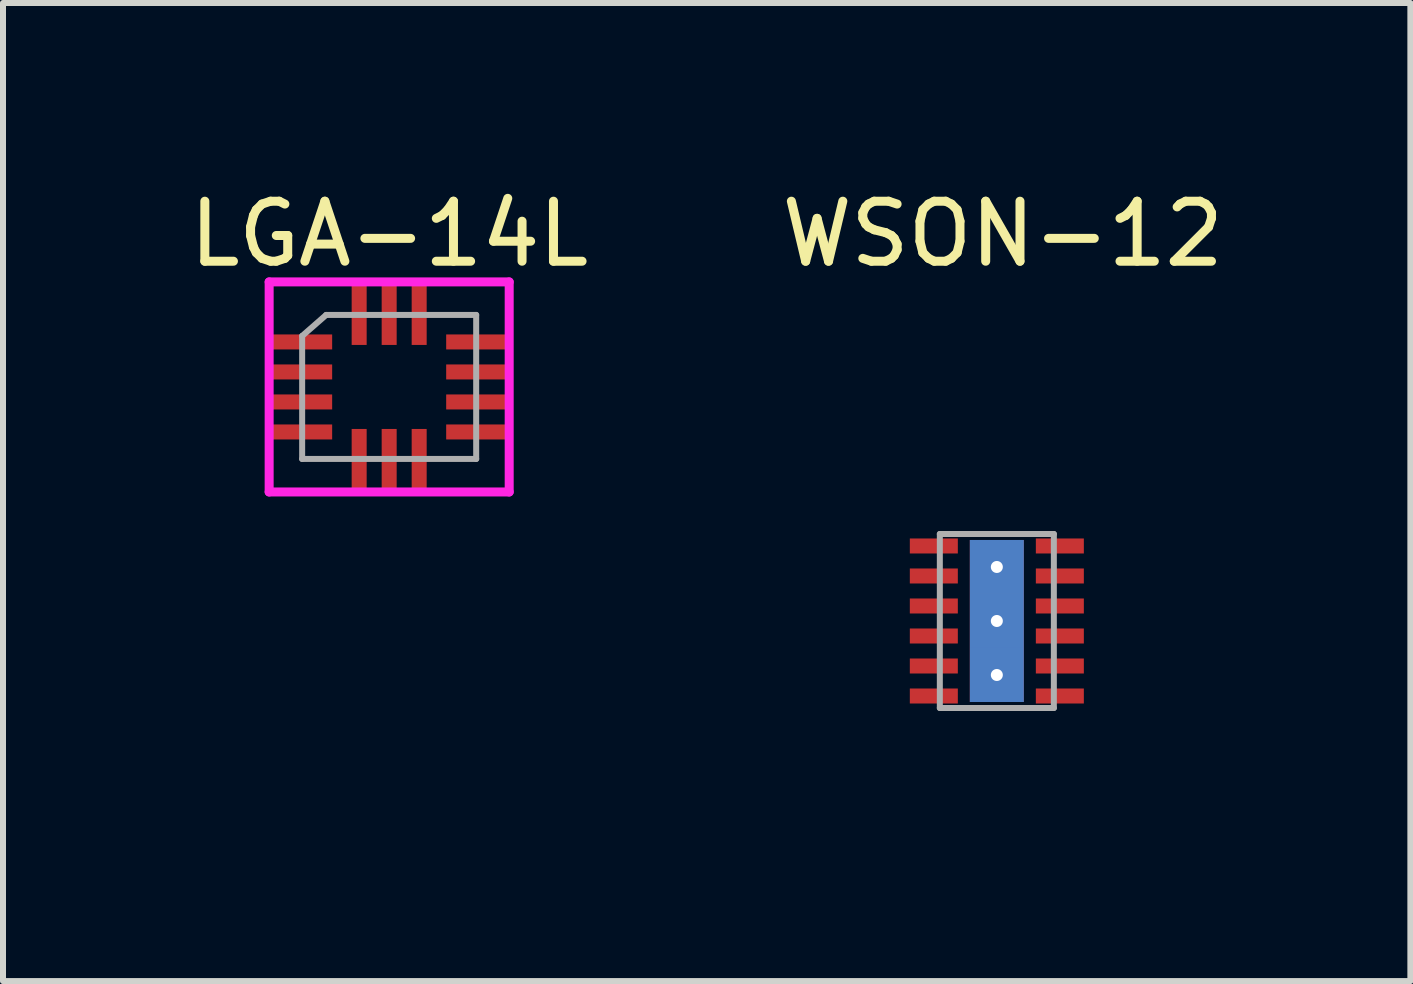
<source format=kicad_pcb>
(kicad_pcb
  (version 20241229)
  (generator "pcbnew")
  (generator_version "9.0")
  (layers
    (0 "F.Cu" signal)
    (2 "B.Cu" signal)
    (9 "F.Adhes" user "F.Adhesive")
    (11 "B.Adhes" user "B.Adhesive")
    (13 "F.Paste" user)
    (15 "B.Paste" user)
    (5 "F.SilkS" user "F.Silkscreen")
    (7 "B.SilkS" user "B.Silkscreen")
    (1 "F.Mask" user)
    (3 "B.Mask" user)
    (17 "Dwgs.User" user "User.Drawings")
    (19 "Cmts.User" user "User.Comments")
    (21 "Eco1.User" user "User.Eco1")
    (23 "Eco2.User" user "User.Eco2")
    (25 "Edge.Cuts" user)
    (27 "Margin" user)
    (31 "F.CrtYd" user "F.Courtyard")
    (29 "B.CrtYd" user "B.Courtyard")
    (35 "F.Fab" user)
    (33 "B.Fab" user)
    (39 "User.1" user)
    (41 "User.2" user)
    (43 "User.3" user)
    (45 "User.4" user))
  (footprint "WSON-12"
    (layer "F.Cu")
    (at 13.561 10.048)
    (property "Reference" "WSON-12" (at 0.1 -9.2 0) (layer "F.SilkS") (effects (font (size 1 1) (thickness 0.15))))
    (attr through_hole)
    (fp_line (start -0.95 -4.2) (end -0.95 -1.3) (stroke (width 0.1) (type solid)) (layer "F.Fab"))
    (fp_line (start -0.95 -1.3) (end 0.95 -1.3) (stroke (width 0.1) (type solid)) (layer "F.Fab"))
    (fp_line (start 0.95 -4.2) (end -0.95 -4.2) (stroke (width 0.1) (type solid)) (layer "F.Fab"))
    (fp_line (start 0.95 -1.3) (end 0.95 -4.2) (stroke (width 0.1) (type solid)) (layer "F.Fab"))
    (pad "1" smd rect (at -1.05 -4) (size 0.8 0.25) (layers "F.Cu" "F.Mask" "F.Paste"))
    (pad "2" smd rect (at -1.05 -3.5) (size 0.8 0.25) (layers "F.Cu" "F.Mask" "F.Paste"))
    (pad "3" smd rect (at -1.05 -3) (size 0.8 0.25) (layers "F.Cu" "F.Mask" "F.Paste"))
    (pad "4" smd rect (at -1.05 -2.5) (size 0.8 0.25) (layers "F.Cu" "F.Mask" "F.Paste"))
    (pad "5" smd rect (at -1.05 -2) (size 0.8 0.25) (layers "F.Cu" "F.Mask" "F.Paste"))
    (pad "6" smd rect (at -1.05 -1.5) (size 0.8 0.25) (layers "F.Cu" "F.Mask" "F.Paste"))
    (pad "7" smd rect (at 1.05 -1.5) (size 0.8 0.25) (layers "F.Cu" "F.Mask" "F.Paste"))
    (pad "8" smd rect (at 1.05 -2) (size 0.8 0.25) (layers "F.Cu" "F.Mask" "F.Paste"))
    (pad "9" smd rect (at 1.05 -2.5) (size 0.8 0.25) (layers "F.Cu" "F.Mask" "F.Paste"))
    (pad "10" smd rect (at 1.05 -3) (size 0.8 0.25) (layers "F.Cu" "F.Mask" "F.Paste"))
    (pad "11" smd rect (at 1.05 -3.5) (size 0.8 0.25) (layers "F.Cu" "F.Mask" "F.Paste"))
    (pad "12" smd rect (at 1.05 -4) (size 0.8 0.25) (layers "F.Cu" "F.Mask" "F.Paste"))
    (pad "13" thru_hole rect (at 0 -3.65) (size 0.9 0.9) (drill 0.2) (layers "*.Cu" "*.Mask"))
    (pad "13" thru_hole rect (at 0 -2.75) (size 0.9 0.9) (drill 0.2) (layers "*.Cu" "*.Mask"))
    (pad "13" thru_hole rect (at 0 -1.85) (size 0.9 0.9) (drill 0.2) (layers "*.Cu" "*.Mask")))
  (footprint "LGA-14L"
    (layer "F.Cu")
    (at 3.435 6.148)
    (property "Reference" "LGA-14L" (at 0 -5.3 0) (layer "F.SilkS") (effects (font (size 1 1) (thickness 0.15))))
    (attr through_hole)
    (fp_line (start -2 -4.5) (end 2 -4.5) (stroke (width 0.15) (type solid)) (layer "F.CrtYd"))
    (fp_line (start -2 -1) (end -2 -4.5) (stroke (width 0.15) (type solid)) (layer "F.CrtYd"))
    (fp_line (start 2 -4.5) (end 2 -1) (stroke (width 0.15) (type solid)) (layer "F.CrtYd"))
    (fp_line (start 2 -1) (end -2 -1) (stroke (width 0.15) (type solid)) (layer "F.CrtYd"))
    (fp_line (start -1.45 -3.6) (end -1.45 -1.55) (stroke (width 0.1) (type solid)) (layer "F.Fab"))
    (fp_line (start -1.45 -1.55) (end 1.45 -1.55) (stroke (width 0.1) (type solid)) (layer "F.Fab"))
    (fp_line (start -1.05 -3.95) (end -1.45 -3.6) (stroke (width 0.1) (type solid)) (layer "F.Fab"))
    (fp_line (start 1.45 -3.95) (end -1.05 -3.95) (stroke (width 0.1) (type solid)) (layer "F.Fab"))
    (fp_line (start 1.45 -1.55) (end 1.45 -3.95) (stroke (width 0.1) (type solid)) (layer "F.Fab"))
    (pad "1" smd rect (at -1.45 -3.5 90) (size 0.25 1) (layers "F.Cu" "F.Mask" "F.Paste"))
    (pad "2" smd rect (at -1.45 -3 90) (size 0.25 1) (layers "F.Cu" "F.Mask" "F.Paste"))
    (pad "3" smd rect (at -1.45 -2.5 90) (size 0.25 1) (layers "F.Cu" "F.Mask" "F.Paste"))
    (pad "4" smd rect (at -1.45 -2 90) (size 0.25 1) (layers "F.Cu" "F.Mask" "F.Paste"))
    (pad "5" smd rect (at -0.5 -1.55) (size 0.25 1) (layers "F.Cu" "F.Mask" "F.Paste"))
    (pad "6" smd rect (at 0 -1.55) (size 0.25 1) (layers "F.Cu" "F.Mask" "F.Paste"))
    (pad "7" smd rect (at 0.5 -1.55) (size 0.25 1) (layers "F.Cu" "F.Mask" "F.Paste"))
    (pad "8" smd rect (at 1.45 -2 90) (size 0.25 1) (layers "F.Cu" "F.Mask" "F.Paste"))
    (pad "9" smd rect (at 1.45 -2.5 90) (size 0.25 1) (layers "F.Cu" "F.Mask" "F.Paste"))
    (pad "10" smd rect (at 1.45 -3 90) (size 0.25 1) (layers "F.Cu" "F.Mask" "F.Paste"))
    (pad "11" smd rect (at 1.45 -3.5 90) (size 0.25 1) (layers "F.Cu" "F.Mask" "F.Paste"))
    (pad "12" smd rect (at 0.5 -3.95) (size 0.25 1) (layers "F.Cu" "F.Mask" "F.Paste"))
    (pad "13" smd rect (at 0 -3.95) (size 0.25 1) (layers "F.Cu" "F.Mask" "F.Paste"))
    (pad "14" smd rect (at -0.5 -3.95) (size 0.25 1) (layers "F.Cu" "F.Mask" "F.Paste")))
  (gr_rect
    (start -3 -3)
    (end 20.452 13.298)
    (stroke (width 0.1) (type default))
    (fill no)
    (layer "Edge.Cuts")))
</source>
